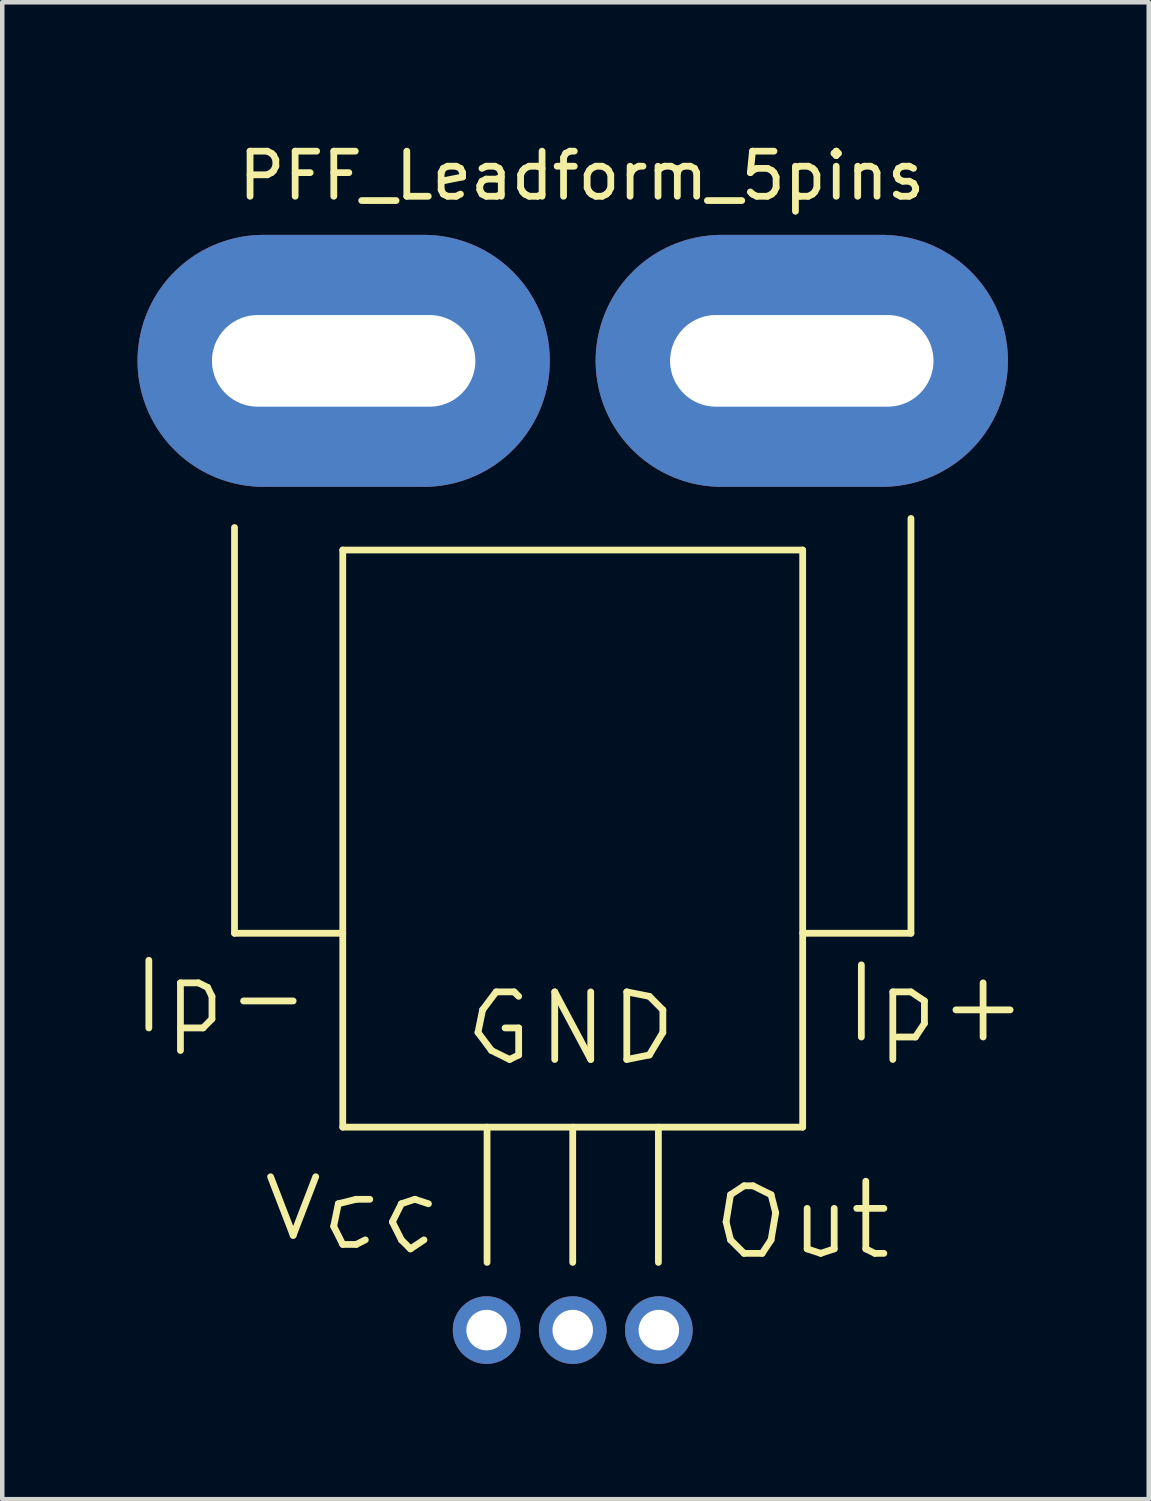
<source format=kicad_pcb>
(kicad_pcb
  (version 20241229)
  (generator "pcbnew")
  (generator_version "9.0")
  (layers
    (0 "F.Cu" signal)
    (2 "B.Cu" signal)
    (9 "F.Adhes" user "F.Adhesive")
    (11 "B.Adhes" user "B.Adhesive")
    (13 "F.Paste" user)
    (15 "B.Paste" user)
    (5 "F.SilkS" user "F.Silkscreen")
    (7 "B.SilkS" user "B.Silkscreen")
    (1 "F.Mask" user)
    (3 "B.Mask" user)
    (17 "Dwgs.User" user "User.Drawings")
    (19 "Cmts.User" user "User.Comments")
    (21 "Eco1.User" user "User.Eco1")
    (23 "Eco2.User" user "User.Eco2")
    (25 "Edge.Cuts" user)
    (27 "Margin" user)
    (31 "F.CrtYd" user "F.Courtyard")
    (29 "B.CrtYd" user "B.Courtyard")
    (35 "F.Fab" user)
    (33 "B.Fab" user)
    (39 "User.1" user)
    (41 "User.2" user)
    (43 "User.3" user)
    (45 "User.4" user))
  (footprint "PFF_Leadform_5pins"
    (layer "F.Cu")
    (at 9.652 15.748)
    (property "Reference" "PFF_Leadform_5pins" (at 0.201 -14.9 0) (layer "F.SilkS") (effects (font (size 1 1) (thickness 0.15))))
    (attr through_hole)
    (fp_line (start -9.401 2.499) (end -9.401 4) (stroke (width 0.15) (type solid)) (layer "F.SilkS"))
    (fp_line (start -8.7 3) (end -8.7 4.501) (stroke (width 0.15) (type solid)) (layer "F.SilkS"))
    (fp_line (start -8.7 3) (end -8.301 3) (stroke (width 0.15) (type solid)) (layer "F.SilkS"))
    (fp_line (start -8.301 3) (end -8.1 3.099) (stroke (width 0.15) (type solid)) (layer "F.SilkS"))
    (fp_line (start -8.199 4) (end -8.7 4) (stroke (width 0.15) (type solid)) (layer "F.SilkS"))
    (fp_line (start -8.1 3.099) (end -8.001 3.299) (stroke (width 0.15) (type solid)) (layer "F.SilkS"))
    (fp_line (start -8.001 3.299) (end -8.001 3.8) (stroke (width 0.15) (type solid)) (layer "F.SilkS"))
    (fp_line (start -8.001 3.8) (end -8.199 4) (stroke (width 0.15) (type solid)) (layer "F.SilkS"))
    (fp_line (start -7.501 1.9) (end -7.501 -7.099) (stroke (width 0.15) (type solid)) (layer "F.SilkS"))
    (fp_line (start -6.701 7.3) (end -6.2 8.6) (stroke (width 0.15) (type solid)) (layer "F.SilkS"))
    (fp_line (start -6.2 3.401) (end -7.3 3.401) (stroke (width 0.15) (type solid)) (layer "F.SilkS"))
    (fp_line (start -6.2 8.6) (end -5.7 7.3) (stroke (width 0.15) (type solid)) (layer "F.SilkS"))
    (fp_line (start -5.301 8.4) (end -5.1 8.801) (stroke (width 0.15) (type solid)) (layer "F.SilkS"))
    (fp_line (start -5.199 7.899) (end -5.301 8.4) (stroke (width 0.15) (type solid)) (layer "F.SilkS"))
    (fp_line (start -5.1 -6.599) (end 5.1 -6.599) (stroke (width 0.15) (type solid)) (layer "F.SilkS"))
    (fp_line (start -5.1 1.9) (end -7.501 1.9) (stroke (width 0.15) (type solid)) (layer "F.SilkS"))
    (fp_line (start -5.1 6.2) (end -5.1 -6.599) (stroke (width 0.15) (type solid)) (layer "F.SilkS"))
    (fp_line (start -5.1 8.801) (end -4.801 8.801) (stroke (width 0.15) (type solid)) (layer "F.SilkS"))
    (fp_line (start -4.801 7.8) (end -5.199 7.899) (stroke (width 0.15) (type solid)) (layer "F.SilkS"))
    (fp_line (start -4.801 8.801) (end -4.6 8.7) (stroke (width 0.15) (type solid)) (layer "F.SilkS"))
    (fp_line (start -4.501 7.8) (end -4.801 7.8) (stroke (width 0.15) (type solid)) (layer "F.SilkS"))
    (fp_line (start -4 8.301) (end -3.8 8.7) (stroke (width 0.15) (type solid)) (layer "F.SilkS"))
    (fp_line (start -3.8 7.899) (end -4 8.301) (stroke (width 0.15) (type solid)) (layer "F.SilkS"))
    (fp_line (start -3.8 8.7) (end -3.599 8.9) (stroke (width 0.15) (type solid)) (layer "F.SilkS"))
    (fp_line (start -3.599 8.9) (end -3.299 8.7) (stroke (width 0.15) (type solid)) (layer "F.SilkS"))
    (fp_line (start -3.5 7.8) (end -3.8 7.899) (stroke (width 0.15) (type solid)) (layer "F.SilkS"))
    (fp_line (start -3.2 7.899) (end -3.5 7.8) (stroke (width 0.15) (type solid)) (layer "F.SilkS"))
    (fp_line (start -2.101 4.1) (end -1.801 4.501) (stroke (width 0.15) (type solid)) (layer "F.SilkS"))
    (fp_line (start -1.999 3.599) (end -2.101 4.1) (stroke (width 0.15) (type solid)) (layer "F.SilkS"))
    (fp_line (start -1.9 6.2) (end -1.9 9.2) (stroke (width 0.15) (type solid)) (layer "F.SilkS"))
    (fp_line (start -1.801 4.501) (end -1.4 4.699) (stroke (width 0.15) (type solid)) (layer "F.SilkS"))
    (fp_line (start -1.699 3.2) (end -1.999 3.599) (stroke (width 0.15) (type solid)) (layer "F.SilkS"))
    (fp_line (start -1.4 4.699) (end -1.199 4.6) (stroke (width 0.15) (type solid)) (layer "F.SilkS"))
    (fp_line (start -1.3 3.2) (end -1.699 3.2) (stroke (width 0.15) (type solid)) (layer "F.SilkS"))
    (fp_line (start -1.199 3.299) (end -1.3 3.2) (stroke (width 0.15) (type solid)) (layer "F.SilkS"))
    (fp_line (start -1.199 4) (end -1.501 4) (stroke (width 0.15) (type solid)) (layer "F.SilkS"))
    (fp_line (start -1.199 4.6) (end -1.199 4) (stroke (width 0.15) (type solid)) (layer "F.SilkS"))
    (fp_line (start -0.399 3.2) (end 0.399 4.699) (stroke (width 0.15) (type solid)) (layer "F.SilkS"))
    (fp_line (start -0.399 4.699) (end -0.399 3.2) (stroke (width 0.15) (type solid)) (layer "F.SilkS"))
    (fp_line (start 0 6.2) (end 0 9.2) (stroke (width 0.15) (type solid)) (layer "F.SilkS"))
    (fp_line (start 0.399 4.699) (end 0.399 3.2) (stroke (width 0.15) (type solid)) (layer "F.SilkS"))
    (fp_line (start 1.199 3.2) (end 1.199 4.699) (stroke (width 0.15) (type solid)) (layer "F.SilkS"))
    (fp_line (start 1.199 4.699) (end 1.699 4.6) (stroke (width 0.15) (type solid)) (layer "F.SilkS"))
    (fp_line (start 1.699 3.299) (end 1.199 3.2) (stroke (width 0.15) (type solid)) (layer "F.SilkS"))
    (fp_line (start 1.699 4.6) (end 1.999 4.1) (stroke (width 0.15) (type solid)) (layer "F.SilkS"))
    (fp_line (start 1.9 6.2) (end 1.9 9.2) (stroke (width 0.15) (type solid)) (layer "F.SilkS"))
    (fp_line (start 1.999 3.599) (end 1.699 3.299) (stroke (width 0.15) (type solid)) (layer "F.SilkS"))
    (fp_line (start 1.999 4.1) (end 1.999 3.599) (stroke (width 0.15) (type solid)) (layer "F.SilkS"))
    (fp_line (start 3.401 8.301) (end 3.5 8.7) (stroke (width 0.15) (type solid)) (layer "F.SilkS"))
    (fp_line (start 3.5 7.699) (end 3.401 8.301) (stroke (width 0.15) (type solid)) (layer "F.SilkS"))
    (fp_line (start 3.5 8.7) (end 3.8 8.999) (stroke (width 0.15) (type solid)) (layer "F.SilkS"))
    (fp_line (start 3.8 7.501) (end 3.5 7.699) (stroke (width 0.15) (type solid)) (layer "F.SilkS"))
    (fp_line (start 3.8 8.999) (end 4.201 8.999) (stroke (width 0.15) (type solid)) (layer "F.SilkS"))
    (fp_line (start 4 7.501) (end 3.8 7.501) (stroke (width 0.15) (type solid)) (layer "F.SilkS"))
    (fp_line (start 4.201 8.999) (end 4.399 8.7) (stroke (width 0.15) (type solid)) (layer "F.SilkS"))
    (fp_line (start 4.399 7.699) (end 4 7.501) (stroke (width 0.15) (type solid)) (layer "F.SilkS"))
    (fp_line (start 4.399 8.7) (end 4.501 8.1) (stroke (width 0.15) (type solid)) (layer "F.SilkS"))
    (fp_line (start 4.501 8.1) (end 4.399 7.699) (stroke (width 0.15) (type solid)) (layer "F.SilkS"))
    (fp_line (start 5.1 -6.599) (end 5.1 6.2) (stroke (width 0.15) (type solid)) (layer "F.SilkS"))
    (fp_line (start 5.1 1.9) (end 7.501 1.9) (stroke (width 0.15) (type solid)) (layer "F.SilkS"))
    (fp_line (start 5.1 6.2) (end -5.1 6.2) (stroke (width 0.15) (type solid)) (layer "F.SilkS"))
    (fp_line (start 5.199 8.001) (end 5.199 8.9) (stroke (width 0.15) (type solid)) (layer "F.SilkS"))
    (fp_line (start 5.199 8.9) (end 5.499 8.999) (stroke (width 0.15) (type solid)) (layer "F.SilkS"))
    (fp_line (start 5.499 8.999) (end 5.799 8.9) (stroke (width 0.15) (type solid)) (layer "F.SilkS"))
    (fp_line (start 5.799 8.9) (end 5.799 8.001) (stroke (width 0.15) (type solid)) (layer "F.SilkS"))
    (fp_line (start 6.401 2.601) (end 6.401 4.201) (stroke (width 0.15) (type solid)) (layer "F.SilkS"))
    (fp_line (start 6.5 7.399) (end 6.5 8.9) (stroke (width 0.15) (type solid)) (layer "F.SilkS"))
    (fp_line (start 6.5 8.9) (end 6.701 8.999) (stroke (width 0.15) (type solid)) (layer "F.SilkS"))
    (fp_line (start 6.701 8.999) (end 6.901 8.999) (stroke (width 0.15) (type solid)) (layer "F.SilkS"))
    (fp_line (start 6.901 8.001) (end 6.299 8.001) (stroke (width 0.15) (type solid)) (layer "F.SilkS"))
    (fp_line (start 7.099 3.2) (end 7.099 4.699) (stroke (width 0.15) (type solid)) (layer "F.SilkS"))
    (fp_line (start 7.099 3.2) (end 7.501 3.2) (stroke (width 0.15) (type solid)) (layer "F.SilkS"))
    (fp_line (start 7.501 1.9) (end 7.501 -7.3) (stroke (width 0.15) (type solid)) (layer "F.SilkS"))
    (fp_line (start 7.501 3.2) (end 7.8 3.401) (stroke (width 0.15) (type solid)) (layer "F.SilkS"))
    (fp_line (start 7.6 4.201) (end 7.201 4.201) (stroke (width 0.15) (type solid)) (layer "F.SilkS"))
    (fp_line (start 7.8 3.401) (end 7.8 3.899) (stroke (width 0.15) (type solid)) (layer "F.SilkS"))
    (fp_line (start 7.8 3.899) (end 7.6 4.201) (stroke (width 0.15) (type solid)) (layer "F.SilkS"))
    (fp_line (start 9.101 3) (end 9.101 4.201) (stroke (width 0.15) (type solid)) (layer "F.SilkS"))
    (fp_line (start 9.7 3.599) (end 8.499 3.599) (stroke (width 0.15) (type solid)) (layer "F.SilkS"))
    (pad "1" thru_hole circle (at -1.91 10.701) (size 1.501 1.501) (drill 0.899) (layers "*.Cu" "*.Mask"))
    (pad "2" thru_hole circle (at 0 10.701) (size 1.501 1.501) (drill 0.899) (layers "*.Cu" "*.Mask"))
    (pad "3" thru_hole circle (at 1.91 10.701) (size 1.501 1.501) (drill 0.899) (layers "*.Cu" "*.Mask"))
    (pad "4" thru_hole oval (at 5.08 -10.795) (size 9.144 5.588) (drill oval 5.842 2.032) (layers "*.Cu" "*.Mask"))
    (pad "5" thru_hole oval (at -5.08 -10.795) (size 9.144 5.588) (drill oval 5.842 2.032) (layers "*.Cu" "*.Mask")))
  (gr_rect
    (start -3 -3)
    (end 22.427 30.199)
    (stroke (width 0.1) (type default))
    (fill no)
    (layer "Edge.Cuts")))
</source>
